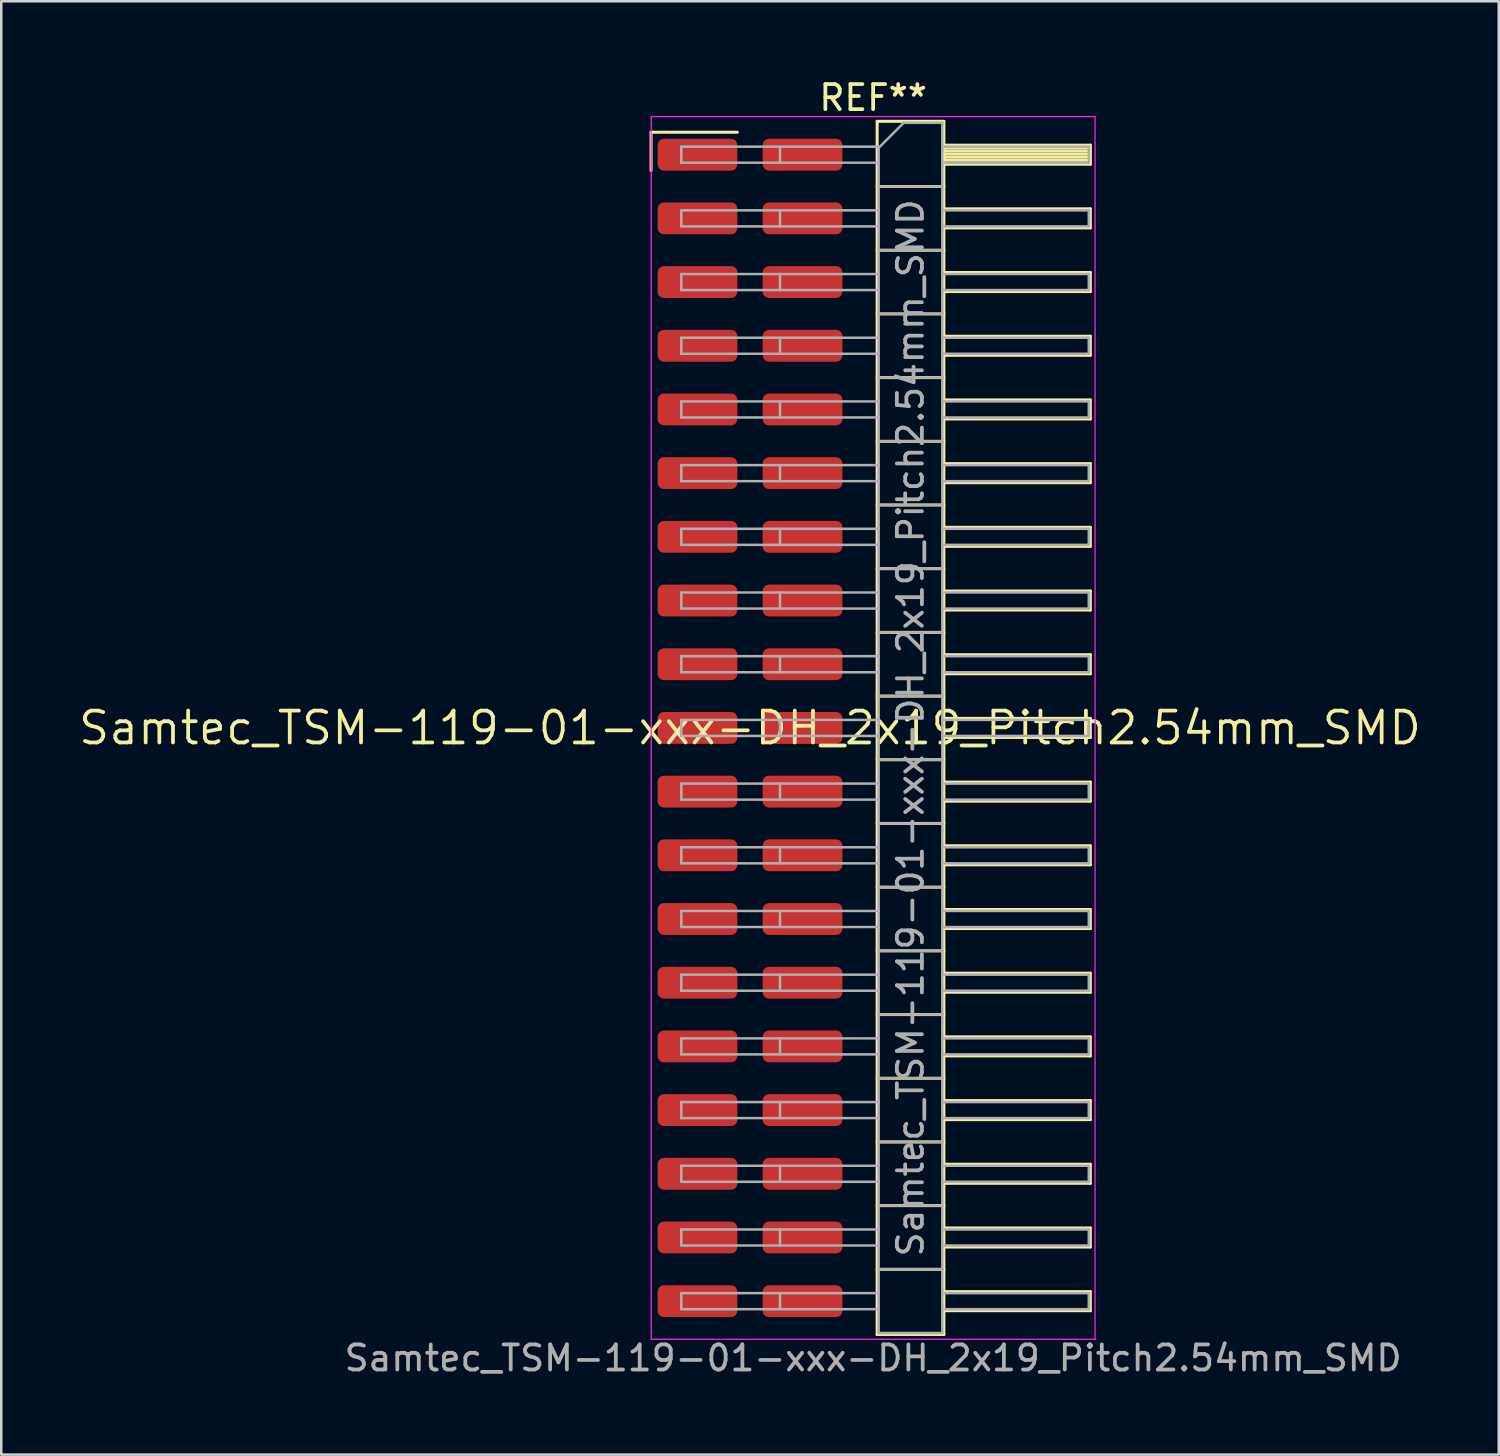
<source format=kicad_pcb>
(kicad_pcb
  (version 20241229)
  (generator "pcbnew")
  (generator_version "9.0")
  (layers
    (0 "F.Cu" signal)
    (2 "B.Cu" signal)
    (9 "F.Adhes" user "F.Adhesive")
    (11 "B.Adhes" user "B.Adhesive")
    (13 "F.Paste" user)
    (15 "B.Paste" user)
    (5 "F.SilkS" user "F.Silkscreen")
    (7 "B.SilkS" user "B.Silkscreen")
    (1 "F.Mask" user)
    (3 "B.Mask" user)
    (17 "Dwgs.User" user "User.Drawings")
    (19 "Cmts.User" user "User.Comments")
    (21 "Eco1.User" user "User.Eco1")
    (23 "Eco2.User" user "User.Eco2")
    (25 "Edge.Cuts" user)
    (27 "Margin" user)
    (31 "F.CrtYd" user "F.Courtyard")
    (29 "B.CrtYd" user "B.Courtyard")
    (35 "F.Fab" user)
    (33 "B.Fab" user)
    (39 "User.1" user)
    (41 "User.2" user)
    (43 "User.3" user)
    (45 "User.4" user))
  (footprint "Samtec_TSM-119-01-xxx-DH_2x19_Pitch2.54mm_SMD"
    (layer "F.Cu")
    (at 26.859 25.978)
    (property "Reference" "Samtec_TSM-119-01-xxx-DH_2x19_Pitch2.54mm_SMD" (at 0 0 0) (layer "F.SilkS") (effects (font (size 1.27 1.27) (thickness 0.15))))
    (attr smd)
    (fp_line (start -3.945 -23.755) (end -0.505 -23.755) (stroke (width 0.12) (type solid)) (layer "F.SilkS"))
    (fp_line (start -3.945 -22.225) (end -3.945 -23.755) (stroke (width 0.12) (type solid)) (layer "F.SilkS"))
    (fp_line (start 5.07 -24.19) (end 7.73 -24.19) (stroke (width 0.12) (type solid)) (layer "F.SilkS"))
    (fp_line (start 5.07 -21.59) (end 7.73 -21.59) (stroke (width 0.12) (type solid)) (layer "F.SilkS"))
    (fp_line (start 5.07 -19.05) (end 7.73 -19.05) (stroke (width 0.12) (type solid)) (layer "F.SilkS"))
    (fp_line (start 5.07 -16.51) (end 7.73 -16.51) (stroke (width 0.12) (type solid)) (layer "F.SilkS"))
    (fp_line (start 5.07 -13.97) (end 7.73 -13.97) (stroke (width 0.12) (type solid)) (layer "F.SilkS"))
    (fp_line (start 5.07 -11.43) (end 7.73 -11.43) (stroke (width 0.12) (type solid)) (layer "F.SilkS"))
    (fp_line (start 5.07 -8.89) (end 7.73 -8.89) (stroke (width 0.12) (type solid)) (layer "F.SilkS"))
    (fp_line (start 5.07 -6.35) (end 7.73 -6.35) (stroke (width 0.12) (type solid)) (layer "F.SilkS"))
    (fp_line (start 5.07 -3.81) (end 7.73 -3.81) (stroke (width 0.12) (type solid)) (layer "F.SilkS"))
    (fp_line (start 5.07 -1.27) (end 7.73 -1.27) (stroke (width 0.12) (type solid)) (layer "F.SilkS"))
    (fp_line (start 5.07 1.27) (end 7.73 1.27) (stroke (width 0.12) (type solid)) (layer "F.SilkS"))
    (fp_line (start 5.07 3.81) (end 7.73 3.81) (stroke (width 0.12) (type solid)) (layer "F.SilkS"))
    (fp_line (start 5.07 6.35) (end 7.73 6.35) (stroke (width 0.12) (type solid)) (layer "F.SilkS"))
    (fp_line (start 5.07 8.89) (end 7.73 8.89) (stroke (width 0.12) (type solid)) (layer "F.SilkS"))
    (fp_line (start 5.07 11.43) (end 7.73 11.43) (stroke (width 0.12) (type solid)) (layer "F.SilkS"))
    (fp_line (start 5.07 13.97) (end 7.73 13.97) (stroke (width 0.12) (type solid)) (layer "F.SilkS"))
    (fp_line (start 5.07 16.51) (end 7.73 16.51) (stroke (width 0.12) (type solid)) (layer "F.SilkS"))
    (fp_line (start 5.07 19.05) (end 7.73 19.05) (stroke (width 0.12) (type solid)) (layer "F.SilkS"))
    (fp_line (start 5.07 21.59) (end 7.73 21.59) (stroke (width 0.12) (type solid)) (layer "F.SilkS"))
    (fp_line (start 5.07 24.19) (end 5.07 -24.19) (stroke (width 0.12) (type solid)) (layer "F.SilkS"))
    (fp_line (start 7.73 -24.19) (end 7.73 24.19) (stroke (width 0.12) (type solid)) (layer "F.SilkS"))
    (fp_line (start 7.73 -23.24) (end 13.57 -23.24) (stroke (width 0.12) (type solid)) (layer "F.SilkS"))
    (fp_line (start 7.73 -23.12) (end 13.57 -23.12) (stroke (width 0.12) (type solid)) (layer "F.SilkS"))
    (fp_line (start 7.73 -23) (end 13.57 -23) (stroke (width 0.12) (type solid)) (layer "F.SilkS"))
    (fp_line (start 7.73 -22.88) (end 13.57 -22.88) (stroke (width 0.12) (type solid)) (layer "F.SilkS"))
    (fp_line (start 7.73 -22.76) (end 13.57 -22.76) (stroke (width 0.12) (type solid)) (layer "F.SilkS"))
    (fp_line (start 7.73 -22.64) (end 13.57 -22.64) (stroke (width 0.12) (type solid)) (layer "F.SilkS"))
    (fp_line (start 7.73 -22.52) (end 13.57 -22.52) (stroke (width 0.12) (type solid)) (layer "F.SilkS"))
    (fp_line (start 7.73 -22.48) (end 13.57 -22.48) (stroke (width 0.12) (type solid)) (layer "F.SilkS"))
    (fp_line (start 7.73 -20.7) (end 13.57 -20.7) (stroke (width 0.12) (type solid)) (layer "F.SilkS"))
    (fp_line (start 7.73 -19.94) (end 13.57 -19.94) (stroke (width 0.12) (type solid)) (layer "F.SilkS"))
    (fp_line (start 7.73 -18.16) (end 13.57 -18.16) (stroke (width 0.12) (type solid)) (layer "F.SilkS"))
    (fp_line (start 7.73 -17.4) (end 13.57 -17.4) (stroke (width 0.12) (type solid)) (layer "F.SilkS"))
    (fp_line (start 7.73 -15.62) (end 13.57 -15.62) (stroke (width 0.12) (type solid)) (layer "F.SilkS"))
    (fp_line (start 7.73 -14.86) (end 13.57 -14.86) (stroke (width 0.12) (type solid)) (layer "F.SilkS"))
    (fp_line (start 7.73 -13.08) (end 13.57 -13.08) (stroke (width 0.12) (type solid)) (layer "F.SilkS"))
    (fp_line (start 7.73 -12.32) (end 13.57 -12.32) (stroke (width 0.12) (type solid)) (layer "F.SilkS"))
    (fp_line (start 7.73 -10.54) (end 13.57 -10.54) (stroke (width 0.12) (type solid)) (layer "F.SilkS"))
    (fp_line (start 7.73 -9.78) (end 13.57 -9.78) (stroke (width 0.12) (type solid)) (layer "F.SilkS"))
    (fp_line (start 7.73 -8) (end 13.57 -8) (stroke (width 0.12) (type solid)) (layer "F.SilkS"))
    (fp_line (start 7.73 -7.24) (end 13.57 -7.24) (stroke (width 0.12) (type solid)) (layer "F.SilkS"))
    (fp_line (start 7.73 -5.46) (end 13.57 -5.46) (stroke (width 0.12) (type solid)) (layer "F.SilkS"))
    (fp_line (start 7.73 -4.7) (end 13.57 -4.7) (stroke (width 0.12) (type solid)) (layer "F.SilkS"))
    (fp_line (start 7.73 -2.92) (end 13.57 -2.92) (stroke (width 0.12) (type solid)) (layer "F.SilkS"))
    (fp_line (start 7.73 -2.16) (end 13.57 -2.16) (stroke (width 0.12) (type solid)) (layer "F.SilkS"))
    (fp_line (start 7.73 -0.38) (end 13.57 -0.38) (stroke (width 0.12) (type solid)) (layer "F.SilkS"))
    (fp_line (start 7.73 0.38) (end 13.57 0.38) (stroke (width 0.12) (type solid)) (layer "F.SilkS"))
    (fp_line (start 7.73 2.16) (end 13.57 2.16) (stroke (width 0.12) (type solid)) (layer "F.SilkS"))
    (fp_line (start 7.73 2.92) (end 13.57 2.92) (stroke (width 0.12) (type solid)) (layer "F.SilkS"))
    (fp_line (start 7.73 4.7) (end 13.57 4.7) (stroke (width 0.12) (type solid)) (layer "F.SilkS"))
    (fp_line (start 7.73 5.46) (end 13.57 5.46) (stroke (width 0.12) (type solid)) (layer "F.SilkS"))
    (fp_line (start 7.73 7.24) (end 13.57 7.24) (stroke (width 0.12) (type solid)) (layer "F.SilkS"))
    (fp_line (start 7.73 8) (end 13.57 8) (stroke (width 0.12) (type solid)) (layer "F.SilkS"))
    (fp_line (start 7.73 9.78) (end 13.57 9.78) (stroke (width 0.12) (type solid)) (layer "F.SilkS"))
    (fp_line (start 7.73 10.54) (end 13.57 10.54) (stroke (width 0.12) (type solid)) (layer "F.SilkS"))
    (fp_line (start 7.73 12.32) (end 13.57 12.32) (stroke (width 0.12) (type solid)) (layer "F.SilkS"))
    (fp_line (start 7.73 13.08) (end 13.57 13.08) (stroke (width 0.12) (type solid)) (layer "F.SilkS"))
    (fp_line (start 7.73 14.86) (end 13.57 14.86) (stroke (width 0.12) (type solid)) (layer "F.SilkS"))
    (fp_line (start 7.73 15.62) (end 13.57 15.62) (stroke (width 0.12) (type solid)) (layer "F.SilkS"))
    (fp_line (start 7.73 17.4) (end 13.57 17.4) (stroke (width 0.12) (type solid)) (layer "F.SilkS"))
    (fp_line (start 7.73 18.16) (end 13.57 18.16) (stroke (width 0.12) (type solid)) (layer "F.SilkS"))
    (fp_line (start 7.73 19.94) (end 13.57 19.94) (stroke (width 0.12) (type solid)) (layer "F.SilkS"))
    (fp_line (start 7.73 20.7) (end 13.57 20.7) (stroke (width 0.12) (type solid)) (layer "F.SilkS"))
    (fp_line (start 7.73 22.48) (end 13.57 22.48) (stroke (width 0.12) (type solid)) (layer "F.SilkS"))
    (fp_line (start 7.73 23.24) (end 13.57 23.24) (stroke (width 0.12) (type solid)) (layer "F.SilkS"))
    (fp_line (start 7.73 24.19) (end 5.07 24.19) (stroke (width 0.12) (type solid)) (layer "F.SilkS"))
    (fp_line (start 13.57 -23.24) (end 13.57 -22.48) (stroke (width 0.12) (type solid)) (layer "F.SilkS"))
    (fp_line (start 13.57 -20.7) (end 13.57 -19.94) (stroke (width 0.12) (type solid)) (layer "F.SilkS"))
    (fp_line (start 13.57 -18.16) (end 13.57 -17.4) (stroke (width 0.12) (type solid)) (layer "F.SilkS"))
    (fp_line (start 13.57 -15.62) (end 13.57 -14.86) (stroke (width 0.12) (type solid)) (layer "F.SilkS"))
    (fp_line (start 13.57 -13.08) (end 13.57 -12.32) (stroke (width 0.12) (type solid)) (layer "F.SilkS"))
    (fp_line (start 13.57 -10.54) (end 13.57 -9.78) (stroke (width 0.12) (type solid)) (layer "F.SilkS"))
    (fp_line (start 13.57 -8) (end 13.57 -7.24) (stroke (width 0.12) (type solid)) (layer "F.SilkS"))
    (fp_line (start 13.57 -5.46) (end 13.57 -4.7) (stroke (width 0.12) (type solid)) (layer "F.SilkS"))
    (fp_line (start 13.57 -2.92) (end 13.57 -2.16) (stroke (width 0.12) (type solid)) (layer "F.SilkS"))
    (fp_line (start 13.57 -0.38) (end 13.57 0.38) (stroke (width 0.12) (type solid)) (layer "F.SilkS"))
    (fp_line (start 13.57 2.16) (end 13.57 2.92) (stroke (width 0.12) (type solid)) (layer "F.SilkS"))
    (fp_line (start 13.57 4.7) (end 13.57 5.46) (stroke (width 0.12) (type solid)) (layer "F.SilkS"))
    (fp_line (start 13.57 7.24) (end 13.57 8) (stroke (width 0.12) (type solid)) (layer "F.SilkS"))
    (fp_line (start 13.57 9.78) (end 13.57 10.54) (stroke (width 0.12) (type solid)) (layer "F.SilkS"))
    (fp_line (start 13.57 12.32) (end 13.57 13.08) (stroke (width 0.12) (type solid)) (layer "F.SilkS"))
    (fp_line (start 13.57 14.86) (end 13.57 15.62) (stroke (width 0.12) (type solid)) (layer "F.SilkS"))
    (fp_line (start 13.57 17.4) (end 13.57 18.16) (stroke (width 0.12) (type solid)) (layer "F.SilkS"))
    (fp_line (start 13.57 19.94) (end 13.57 20.7) (stroke (width 0.12) (type solid)) (layer "F.SilkS"))
    (fp_line (start 13.57 22.48) (end 13.57 23.24) (stroke (width 0.12) (type solid)) (layer "F.SilkS"))
    (fp_line (start -3.94 -24.38) (end 13.76 -24.38) (stroke (width 0.05) (type solid)) (layer "F.CrtYd"))
    (fp_line (start -3.94 24.38) (end -3.94 -24.38) (stroke (width 0.05) (type solid)) (layer "F.CrtYd"))
    (fp_line (start 13.76 -24.38) (end 13.76 24.38) (stroke (width 0.05) (type solid)) (layer "F.CrtYd"))
    (fp_line (start 13.76 24.38) (end -3.94 24.38) (stroke (width 0.05) (type solid)) (layer "F.CrtYd"))
    (fp_line (start -2.74 -23.18) (end -2.74 -22.54) (stroke (width 0.1) (type solid)) (layer "F.Fab"))
    (fp_line (start -2.74 -23.18) (end 5.13 -23.18) (stroke (width 0.1) (type solid)) (layer "F.Fab"))
    (fp_line (start -2.74 -22.54) (end 5.13 -22.54) (stroke (width 0.1) (type solid)) (layer "F.Fab"))
    (fp_line (start -2.74 -20.64) (end -2.74 -20) (stroke (width 0.1) (type solid)) (layer "F.Fab"))
    (fp_line (start -2.74 -20.64) (end 5.13 -20.64) (stroke (width 0.1) (type solid)) (layer "F.Fab"))
    (fp_line (start -2.74 -20) (end 5.13 -20) (stroke (width 0.1) (type solid)) (layer "F.Fab"))
    (fp_line (start -2.74 -18.1) (end -2.74 -17.46) (stroke (width 0.1) (type solid)) (layer "F.Fab"))
    (fp_line (start -2.74 -18.1) (end 5.13 -18.1) (stroke (width 0.1) (type solid)) (layer "F.Fab"))
    (fp_line (start -2.74 -17.46) (end 5.13 -17.46) (stroke (width 0.1) (type solid)) (layer "F.Fab"))
    (fp_line (start -2.74 -15.56) (end -2.74 -14.92) (stroke (width 0.1) (type solid)) (layer "F.Fab"))
    (fp_line (start -2.74 -15.56) (end 5.13 -15.56) (stroke (width 0.1) (type solid)) (layer "F.Fab"))
    (fp_line (start -2.74 -14.92) (end 5.13 -14.92) (stroke (width 0.1) (type solid)) (layer "F.Fab"))
    (fp_line (start -2.74 -13.02) (end -2.74 -12.38) (stroke (width 0.1) (type solid)) (layer "F.Fab"))
    (fp_line (start -2.74 -13.02) (end 5.13 -13.02) (stroke (width 0.1) (type solid)) (layer "F.Fab"))
    (fp_line (start -2.74 -12.38) (end 5.13 -12.38) (stroke (width 0.1) (type solid)) (layer "F.Fab"))
    (fp_line (start -2.74 -10.48) (end -2.74 -9.84) (stroke (width 0.1) (type solid)) (layer "F.Fab"))
    (fp_line (start -2.74 -10.48) (end 5.13 -10.48) (stroke (width 0.1) (type solid)) (layer "F.Fab"))
    (fp_line (start -2.74 -9.84) (end 5.13 -9.84) (stroke (width 0.1) (type solid)) (layer "F.Fab"))
    (fp_line (start -2.74 -7.94) (end -2.74 -7.3) (stroke (width 0.1) (type solid)) (layer "F.Fab"))
    (fp_line (start -2.74 -7.94) (end 5.13 -7.94) (stroke (width 0.1) (type solid)) (layer "F.Fab"))
    (fp_line (start -2.74 -7.3) (end 5.13 -7.3) (stroke (width 0.1) (type solid)) (layer "F.Fab"))
    (fp_line (start -2.74 -5.4) (end -2.74 -4.76) (stroke (width 0.1) (type solid)) (layer "F.Fab"))
    (fp_line (start -2.74 -5.4) (end 5.13 -5.4) (stroke (width 0.1) (type solid)) (layer "F.Fab"))
    (fp_line (start -2.74 -4.76) (end 5.13 -4.76) (stroke (width 0.1) (type solid)) (layer "F.Fab"))
    (fp_line (start -2.74 -2.86) (end -2.74 -2.22) (stroke (width 0.1) (type solid)) (layer "F.Fab"))
    (fp_line (start -2.74 -2.86) (end 5.13 -2.86) (stroke (width 0.1) (type solid)) (layer "F.Fab"))
    (fp_line (start -2.74 -2.22) (end 5.13 -2.22) (stroke (width 0.1) (type solid)) (layer "F.Fab"))
    (fp_line (start -2.74 -0.32) (end -2.74 0.32) (stroke (width 0.1) (type solid)) (layer "F.Fab"))
    (fp_line (start -2.74 -0.32) (end 5.13 -0.32) (stroke (width 0.1) (type solid)) (layer "F.Fab"))
    (fp_line (start -2.74 0.32) (end 5.13 0.32) (stroke (width 0.1) (type solid)) (layer "F.Fab"))
    (fp_line (start -2.74 2.22) (end -2.74 2.86) (stroke (width 0.1) (type solid)) (layer "F.Fab"))
    (fp_line (start -2.74 2.22) (end 5.13 2.22) (stroke (width 0.1) (type solid)) (layer "F.Fab"))
    (fp_line (start -2.74 2.86) (end 5.13 2.86) (stroke (width 0.1) (type solid)) (layer "F.Fab"))
    (fp_line (start -2.74 4.76) (end -2.74 5.4) (stroke (width 0.1) (type solid)) (layer "F.Fab"))
    (fp_line (start -2.74 4.76) (end 5.13 4.76) (stroke (width 0.1) (type solid)) (layer "F.Fab"))
    (fp_line (start -2.74 5.4) (end 5.13 5.4) (stroke (width 0.1) (type solid)) (layer "F.Fab"))
    (fp_line (start -2.74 7.3) (end -2.74 7.94) (stroke (width 0.1) (type solid)) (layer "F.Fab"))
    (fp_line (start -2.74 7.3) (end 5.13 7.3) (stroke (width 0.1) (type solid)) (layer "F.Fab"))
    (fp_line (start -2.74 7.94) (end 5.13 7.94) (stroke (width 0.1) (type solid)) (layer "F.Fab"))
    (fp_line (start -2.74 9.84) (end -2.74 10.48) (stroke (width 0.1) (type solid)) (layer "F.Fab"))
    (fp_line (start -2.74 9.84) (end 5.13 9.84) (stroke (width 0.1) (type solid)) (layer "F.Fab"))
    (fp_line (start -2.74 10.48) (end 5.13 10.48) (stroke (width 0.1) (type solid)) (layer "F.Fab"))
    (fp_line (start -2.74 12.38) (end -2.74 13.02) (stroke (width 0.1) (type solid)) (layer "F.Fab"))
    (fp_line (start -2.74 12.38) (end 5.13 12.38) (stroke (width 0.1) (type solid)) (layer "F.Fab"))
    (fp_line (start -2.74 13.02) (end 5.13 13.02) (stroke (width 0.1) (type solid)) (layer "F.Fab"))
    (fp_line (start -2.74 14.92) (end -2.74 15.56) (stroke (width 0.1) (type solid)) (layer "F.Fab"))
    (fp_line (start -2.74 14.92) (end 5.13 14.92) (stroke (width 0.1) (type solid)) (layer "F.Fab"))
    (fp_line (start -2.74 15.56) (end 5.13 15.56) (stroke (width 0.1) (type solid)) (layer "F.Fab"))
    (fp_line (start -2.74 17.46) (end -2.74 18.1) (stroke (width 0.1) (type solid)) (layer "F.Fab"))
    (fp_line (start -2.74 17.46) (end 5.13 17.46) (stroke (width 0.1) (type solid)) (layer "F.Fab"))
    (fp_line (start -2.74 18.1) (end 5.13 18.1) (stroke (width 0.1) (type solid)) (layer "F.Fab"))
    (fp_line (start -2.74 20) (end -2.74 20.64) (stroke (width 0.1) (type solid)) (layer "F.Fab"))
    (fp_line (start -2.74 20) (end 5.13 20) (stroke (width 0.1) (type solid)) (layer "F.Fab"))
    (fp_line (start -2.74 20.64) (end 5.13 20.64) (stroke (width 0.1) (type solid)) (layer "F.Fab"))
    (fp_line (start -2.74 22.54) (end -2.74 23.18) (stroke (width 0.1) (type solid)) (layer "F.Fab"))
    (fp_line (start -2.74 22.54) (end 5.13 22.54) (stroke (width 0.1) (type solid)) (layer "F.Fab"))
    (fp_line (start -2.74 23.18) (end 5.13 23.18) (stroke (width 0.1) (type solid)) (layer "F.Fab"))
    (fp_line (start 1.195 -23.18) (end 1.195 -22.54) (stroke (width 0.1) (type solid)) (layer "F.Fab"))
    (fp_line (start 1.195 -20.64) (end 1.195 -20) (stroke (width 0.1) (type solid)) (layer "F.Fab"))
    (fp_line (start 1.195 -18.1) (end 1.195 -17.46) (stroke (width 0.1) (type solid)) (layer "F.Fab"))
    (fp_line (start 1.195 -15.56) (end 1.195 -14.92) (stroke (width 0.1) (type solid)) (layer "F.Fab"))
    (fp_line (start 1.195 -13.02) (end 1.195 -12.38) (stroke (width 0.1) (type solid)) (layer "F.Fab"))
    (fp_line (start 1.195 -10.48) (end 1.195 -9.84) (stroke (width 0.1) (type solid)) (layer "F.Fab"))
    (fp_line (start 1.195 -7.94) (end 1.195 -7.3) (stroke (width 0.1) (type solid)) (layer "F.Fab"))
    (fp_line (start 1.195 -5.4) (end 1.195 -4.76) (stroke (width 0.1) (type solid)) (layer "F.Fab"))
    (fp_line (start 1.195 -2.86) (end 1.195 -2.22) (stroke (width 0.1) (type solid)) (layer "F.Fab"))
    (fp_line (start 1.195 -0.32) (end 1.195 0.32) (stroke (width 0.1) (type solid)) (layer "F.Fab"))
    (fp_line (start 1.195 2.22) (end 1.195 2.86) (stroke (width 0.1) (type solid)) (layer "F.Fab"))
    (fp_line (start 1.195 4.76) (end 1.195 5.4) (stroke (width 0.1) (type solid)) (layer "F.Fab"))
    (fp_line (start 1.195 7.3) (end 1.195 7.94) (stroke (width 0.1) (type solid)) (layer "F.Fab"))
    (fp_line (start 1.195 9.84) (end 1.195 10.48) (stroke (width 0.1) (type solid)) (layer "F.Fab"))
    (fp_line (start 1.195 12.38) (end 1.195 13.02) (stroke (width 0.1) (type solid)) (layer "F.Fab"))
    (fp_line (start 1.195 14.92) (end 1.195 15.56) (stroke (width 0.1) (type solid)) (layer "F.Fab"))
    (fp_line (start 1.195 17.46) (end 1.195 18.1) (stroke (width 0.1) (type solid)) (layer "F.Fab"))
    (fp_line (start 1.195 20) (end 1.195 20.64) (stroke (width 0.1) (type solid)) (layer "F.Fab"))
    (fp_line (start 1.195 22.54) (end 1.195 23.18) (stroke (width 0.1) (type solid)) (layer "F.Fab"))
    (fp_line (start 5.13 -23.13) (end 6.13 -24.13) (stroke (width 0.1) (type solid)) (layer "F.Fab"))
    (fp_line (start 5.13 -21.59) (end 7.67 -21.59) (stroke (width 0.1) (type solid)) (layer "F.Fab"))
    (fp_line (start 5.13 -19.05) (end 7.67 -19.05) (stroke (width 0.1) (type solid)) (layer "F.Fab"))
    (fp_line (start 5.13 -16.51) (end 7.67 -16.51) (stroke (width 0.1) (type solid)) (layer "F.Fab"))
    (fp_line (start 5.13 -13.97) (end 7.67 -13.97) (stroke (width 0.1) (type solid)) (layer "F.Fab"))
    (fp_line (start 5.13 -11.43) (end 7.67 -11.43) (stroke (width 0.1) (type solid)) (layer "F.Fab"))
    (fp_line (start 5.13 -8.89) (end 7.67 -8.89) (stroke (width 0.1) (type solid)) (layer "F.Fab"))
    (fp_line (start 5.13 -6.35) (end 7.67 -6.35) (stroke (width 0.1) (type solid)) (layer "F.Fab"))
    (fp_line (start 5.13 -3.81) (end 7.67 -3.81) (stroke (width 0.1) (type solid)) (layer "F.Fab"))
    (fp_line (start 5.13 -1.27) (end 7.67 -1.27) (stroke (width 0.1) (type solid)) (layer "F.Fab"))
    (fp_line (start 5.13 1.27) (end 7.67 1.27) (stroke (width 0.1) (type solid)) (layer "F.Fab"))
    (fp_line (start 5.13 3.81) (end 7.67 3.81) (stroke (width 0.1) (type solid)) (layer "F.Fab"))
    (fp_line (start 5.13 6.35) (end 7.67 6.35) (stroke (width 0.1) (type solid)) (layer "F.Fab"))
    (fp_line (start 5.13 8.89) (end 7.67 8.89) (stroke (width 0.1) (type solid)) (layer "F.Fab"))
    (fp_line (start 5.13 11.43) (end 7.67 11.43) (stroke (width 0.1) (type solid)) (layer "F.Fab"))
    (fp_line (start 5.13 13.97) (end 7.67 13.97) (stroke (width 0.1) (type solid)) (layer "F.Fab"))
    (fp_line (start 5.13 16.51) (end 7.67 16.51) (stroke (width 0.1) (type solid)) (layer "F.Fab"))
    (fp_line (start 5.13 19.05) (end 7.67 19.05) (stroke (width 0.1) (type solid)) (layer "F.Fab"))
    (fp_line (start 5.13 21.59) (end 7.67 21.59) (stroke (width 0.1) (type solid)) (layer "F.Fab"))
    (fp_line (start 5.13 24.13) (end 5.13 -23.13) (stroke (width 0.1) (type solid)) (layer "F.Fab"))
    (fp_line (start 6.13 -24.13) (end 7.67 -24.13) (stroke (width 0.1) (type solid)) (layer "F.Fab"))
    (fp_line (start 7.67 -24.13) (end 7.67 24.13) (stroke (width 0.1) (type solid)) (layer "F.Fab"))
    (fp_line (start 7.67 -23.18) (end 13.51 -23.18) (stroke (width 0.1) (type solid)) (layer "F.Fab"))
    (fp_line (start 7.67 -22.54) (end 13.51 -22.54) (stroke (width 0.1) (type solid)) (layer "F.Fab"))
    (fp_line (start 7.67 -20.64) (end 13.51 -20.64) (stroke (width 0.1) (type solid)) (layer "F.Fab"))
    (fp_line (start 7.67 -20) (end 13.51 -20) (stroke (width 0.1) (type solid)) (layer "F.Fab"))
    (fp_line (start 7.67 -18.1) (end 13.51 -18.1) (stroke (width 0.1) (type solid)) (layer "F.Fab"))
    (fp_line (start 7.67 -17.46) (end 13.51 -17.46) (stroke (width 0.1) (type solid)) (layer "F.Fab"))
    (fp_line (start 7.67 -15.56) (end 13.51 -15.56) (stroke (width 0.1) (type solid)) (layer "F.Fab"))
    (fp_line (start 7.67 -14.92) (end 13.51 -14.92) (stroke (width 0.1) (type solid)) (layer "F.Fab"))
    (fp_line (start 7.67 -13.02) (end 13.51 -13.02) (stroke (width 0.1) (type solid)) (layer "F.Fab"))
    (fp_line (start 7.67 -12.38) (end 13.51 -12.38) (stroke (width 0.1) (type solid)) (layer "F.Fab"))
    (fp_line (start 7.67 -10.48) (end 13.51 -10.48) (stroke (width 0.1) (type solid)) (layer "F.Fab"))
    (fp_line (start 7.67 -9.84) (end 13.51 -9.84) (stroke (width 0.1) (type solid)) (layer "F.Fab"))
    (fp_line (start 7.67 -7.94) (end 13.51 -7.94) (stroke (width 0.1) (type solid)) (layer "F.Fab"))
    (fp_line (start 7.67 -7.3) (end 13.51 -7.3) (stroke (width 0.1) (type solid)) (layer "F.Fab"))
    (fp_line (start 7.67 -5.4) (end 13.51 -5.4) (stroke (width 0.1) (type solid)) (layer "F.Fab"))
    (fp_line (start 7.67 -4.76) (end 13.51 -4.76) (stroke (width 0.1) (type solid)) (layer "F.Fab"))
    (fp_line (start 7.67 -2.86) (end 13.51 -2.86) (stroke (width 0.1) (type solid)) (layer "F.Fab"))
    (fp_line (start 7.67 -2.22) (end 13.51 -2.22) (stroke (width 0.1) (type solid)) (layer "F.Fab"))
    (fp_line (start 7.67 -0.32) (end 13.51 -0.32) (stroke (width 0.1) (type solid)) (layer "F.Fab"))
    (fp_line (start 7.67 0.32) (end 13.51 0.32) (stroke (width 0.1) (type solid)) (layer "F.Fab"))
    (fp_line (start 7.67 2.22) (end 13.51 2.22) (stroke (width 0.1) (type solid)) (layer "F.Fab"))
    (fp_line (start 7.67 2.86) (end 13.51 2.86) (stroke (width 0.1) (type solid)) (layer "F.Fab"))
    (fp_line (start 7.67 4.76) (end 13.51 4.76) (stroke (width 0.1) (type solid)) (layer "F.Fab"))
    (fp_line (start 7.67 5.4) (end 13.51 5.4) (stroke (width 0.1) (type solid)) (layer "F.Fab"))
    (fp_line (start 7.67 7.3) (end 13.51 7.3) (stroke (width 0.1) (type solid)) (layer "F.Fab"))
    (fp_line (start 7.67 7.94) (end 13.51 7.94) (stroke (width 0.1) (type solid)) (layer "F.Fab"))
    (fp_line (start 7.67 9.84) (end 13.51 9.84) (stroke (width 0.1) (type solid)) (layer "F.Fab"))
    (fp_line (start 7.67 10.48) (end 13.51 10.48) (stroke (width 0.1) (type solid)) (layer "F.Fab"))
    (fp_line (start 7.67 12.38) (end 13.51 12.38) (stroke (width 0.1) (type solid)) (layer "F.Fab"))
    (fp_line (start 7.67 13.02) (end 13.51 13.02) (stroke (width 0.1) (type solid)) (layer "F.Fab"))
    (fp_line (start 7.67 14.92) (end 13.51 14.92) (stroke (width 0.1) (type solid)) (layer "F.Fab"))
    (fp_line (start 7.67 15.56) (end 13.51 15.56) (stroke (width 0.1) (type solid)) (layer "F.Fab"))
    (fp_line (start 7.67 17.46) (end 13.51 17.46) (stroke (width 0.1) (type solid)) (layer "F.Fab"))
    (fp_line (start 7.67 18.1) (end 13.51 18.1) (stroke (width 0.1) (type solid)) (layer "F.Fab"))
    (fp_line (start 7.67 20) (end 13.51 20) (stroke (width 0.1) (type solid)) (layer "F.Fab"))
    (fp_line (start 7.67 20.64) (end 13.51 20.64) (stroke (width 0.1) (type solid)) (layer "F.Fab"))
    (fp_line (start 7.67 22.54) (end 13.51 22.54) (stroke (width 0.1) (type solid)) (layer "F.Fab"))
    (fp_line (start 7.67 23.18) (end 13.51 23.18) (stroke (width 0.1) (type solid)) (layer "F.Fab"))
    (fp_line (start 7.67 24.13) (end 5.13 24.13) (stroke (width 0.1) (type solid)) (layer "F.Fab"))
    (fp_line (start 13.51 -23.18) (end 13.51 -22.54) (stroke (width 0.1) (type solid)) (layer "F.Fab"))
    (fp_line (start 13.51 -20.64) (end 13.51 -20) (stroke (width 0.1) (type solid)) (layer "F.Fab"))
    (fp_line (start 13.51 -18.1) (end 13.51 -17.46) (stroke (width 0.1) (type solid)) (layer "F.Fab"))
    (fp_line (start 13.51 -15.56) (end 13.51 -14.92) (stroke (width 0.1) (type solid)) (layer "F.Fab"))
    (fp_line (start 13.51 -13.02) (end 13.51 -12.38) (stroke (width 0.1) (type solid)) (layer "F.Fab"))
    (fp_line (start 13.51 -10.48) (end 13.51 -9.84) (stroke (width 0.1) (type solid)) (layer "F.Fab"))
    (fp_line (start 13.51 -7.94) (end 13.51 -7.3) (stroke (width 0.1) (type solid)) (layer "F.Fab"))
    (fp_line (start 13.51 -5.4) (end 13.51 -4.76) (stroke (width 0.1) (type solid)) (layer "F.Fab"))
    (fp_line (start 13.51 -2.86) (end 13.51 -2.22) (stroke (width 0.1) (type solid)) (layer "F.Fab"))
    (fp_line (start 13.51 -0.32) (end 13.51 0.32) (stroke (width 0.1) (type solid)) (layer "F.Fab"))
    (fp_line (start 13.51 2.22) (end 13.51 2.86) (stroke (width 0.1) (type solid)) (layer "F.Fab"))
    (fp_line (start 13.51 4.76) (end 13.51 5.4) (stroke (width 0.1) (type solid)) (layer "F.Fab"))
    (fp_line (start 13.51 7.3) (end 13.51 7.94) (stroke (width 0.1) (type solid)) (layer "F.Fab"))
    (fp_line (start 13.51 9.84) (end 13.51 10.48) (stroke (width 0.1) (type solid)) (layer "F.Fab"))
    (fp_line (start 13.51 12.38) (end 13.51 13.02) (stroke (width 0.1) (type solid)) (layer "F.Fab"))
    (fp_line (start 13.51 14.92) (end 13.51 15.56) (stroke (width 0.1) (type solid)) (layer "F.Fab"))
    (fp_line (start 13.51 17.46) (end 13.51 18.1) (stroke (width 0.1) (type solid)) (layer "F.Fab"))
    (fp_line (start 13.51 20) (end 13.51 20.64) (stroke (width 0.1) (type solid)) (layer "F.Fab"))
    (fp_line (start 13.51 22.54) (end 13.51 23.18) (stroke (width 0.1) (type solid)) (layer "F.Fab"))
    (fp_text user "REF**" (at 4.91 -25.13 0) (layer "F.SilkS") (effects (font (size 1 1) (thickness 0.15))))
    (fp_text user "${REFERENCE}" (at 6.4 0 90) (layer "F.Fab") (effects (font (size 1 1) (thickness 0.15))))
    (fp_text user "Samtec_TSM-119-01-xxx-DH_2x19_Pitch2.54mm_SMD" (at 4.91 25.13 0) (layer "F.Fab") (effects (font (size 1 1) (thickness 0.15))))
    (pad "1" smd roundrect (at -2.095 -22.86) (size 3.18 1.27) (layers "F.Cu" "F.Mask" "F.Paste") (roundrect_rratio 0.197))
    (pad "2" smd roundrect (at 2.095 -22.86) (size 3.18 1.27) (layers "F.Cu" "F.Mask" "F.Paste") (roundrect_rratio 0.197))
    (pad "3" smd roundrect (at -2.095 -20.32) (size 3.18 1.27) (layers "F.Cu" "F.Mask" "F.Paste") (roundrect_rratio 0.197))
    (pad "4" smd roundrect (at 2.095 -20.32) (size 3.18 1.27) (layers "F.Cu" "F.Mask" "F.Paste") (roundrect_rratio 0.197))
    (pad "5" smd roundrect (at -2.095 -17.78) (size 3.18 1.27) (layers "F.Cu" "F.Mask" "F.Paste") (roundrect_rratio 0.197))
    (pad "6" smd roundrect (at 2.095 -17.78) (size 3.18 1.27) (layers "F.Cu" "F.Mask" "F.Paste") (roundrect_rratio 0.197))
    (pad "7" smd roundrect (at -2.095 -15.24) (size 3.18 1.27) (layers "F.Cu" "F.Mask" "F.Paste") (roundrect_rratio 0.197))
    (pad "8" smd roundrect (at 2.095 -15.24) (size 3.18 1.27) (layers "F.Cu" "F.Mask" "F.Paste") (roundrect_rratio 0.197))
    (pad "9" smd roundrect (at -2.095 -12.7) (size 3.18 1.27) (layers "F.Cu" "F.Mask" "F.Paste") (roundrect_rratio 0.197))
    (pad "10" smd roundrect (at 2.095 -12.7) (size 3.18 1.27) (layers "F.Cu" "F.Mask" "F.Paste") (roundrect_rratio 0.197))
    (pad "11" smd roundrect (at -2.095 -10.16) (size 3.18 1.27) (layers "F.Cu" "F.Mask" "F.Paste") (roundrect_rratio 0.197))
    (pad "12" smd roundrect (at 2.095 -10.16) (size 3.18 1.27) (layers "F.Cu" "F.Mask" "F.Paste") (roundrect_rratio 0.197))
    (pad "13" smd roundrect (at -2.095 -7.62) (size 3.18 1.27) (layers "F.Cu" "F.Mask" "F.Paste") (roundrect_rratio 0.197))
    (pad "14" smd roundrect (at 2.095 -7.62) (size 3.18 1.27) (layers "F.Cu" "F.Mask" "F.Paste") (roundrect_rratio 0.197))
    (pad "15" smd roundrect (at -2.095 -5.08) (size 3.18 1.27) (layers "F.Cu" "F.Mask" "F.Paste") (roundrect_rratio 0.197))
    (pad "16" smd roundrect (at 2.095 -5.08) (size 3.18 1.27) (layers "F.Cu" "F.Mask" "F.Paste") (roundrect_rratio 0.197))
    (pad "17" smd roundrect (at -2.095 -2.54) (size 3.18 1.27) (layers "F.Cu" "F.Mask" "F.Paste") (roundrect_rratio 0.197))
    (pad "18" smd roundrect (at 2.095 -2.54) (size 3.18 1.27) (layers "F.Cu" "F.Mask" "F.Paste") (roundrect_rratio 0.197))
    (pad "19" smd roundrect (at -2.095 0) (size 3.18 1.27) (layers "F.Cu" "F.Mask" "F.Paste") (roundrect_rratio 0.197))
    (pad "20" smd roundrect (at 2.095 0) (size 3.18 1.27) (layers "F.Cu" "F.Mask" "F.Paste") (roundrect_rratio 0.197))
    (pad "21" smd roundrect (at -2.095 2.54) (size 3.18 1.27) (layers "F.Cu" "F.Mask" "F.Paste") (roundrect_rratio 0.197))
    (pad "22" smd roundrect (at 2.095 2.54) (size 3.18 1.27) (layers "F.Cu" "F.Mask" "F.Paste") (roundrect_rratio 0.197))
    (pad "23" smd roundrect (at -2.095 5.08) (size 3.18 1.27) (layers "F.Cu" "F.Mask" "F.Paste") (roundrect_rratio 0.197))
    (pad "24" smd roundrect (at 2.095 5.08) (size 3.18 1.27) (layers "F.Cu" "F.Mask" "F.Paste") (roundrect_rratio 0.197))
    (pad "25" smd roundrect (at -2.095 7.62) (size 3.18 1.27) (layers "F.Cu" "F.Mask" "F.Paste") (roundrect_rratio 0.197))
    (pad "26" smd roundrect (at 2.095 7.62) (size 3.18 1.27) (layers "F.Cu" "F.Mask" "F.Paste") (roundrect_rratio 0.197))
    (pad "27" smd roundrect (at -2.095 10.16) (size 3.18 1.27) (layers "F.Cu" "F.Mask" "F.Paste") (roundrect_rratio 0.197))
    (pad "28" smd roundrect (at 2.095 10.16) (size 3.18 1.27) (layers "F.Cu" "F.Mask" "F.Paste") (roundrect_rratio 0.197))
    (pad "29" smd roundrect (at -2.095 12.7) (size 3.18 1.27) (layers "F.Cu" "F.Mask" "F.Paste") (roundrect_rratio 0.197))
    (pad "30" smd roundrect (at 2.095 12.7) (size 3.18 1.27) (layers "F.Cu" "F.Mask" "F.Paste") (roundrect_rratio 0.197))
    (pad "31" smd roundrect (at -2.095 15.24) (size 3.18 1.27) (layers "F.Cu" "F.Mask" "F.Paste") (roundrect_rratio 0.197))
    (pad "32" smd roundrect (at 2.095 15.24) (size 3.18 1.27) (layers "F.Cu" "F.Mask" "F.Paste") (roundrect_rratio 0.197))
    (pad "33" smd roundrect (at -2.095 17.78) (size 3.18 1.27) (layers "F.Cu" "F.Mask" "F.Paste") (roundrect_rratio 0.197))
    (pad "34" smd roundrect (at 2.095 17.78) (size 3.18 1.27) (layers "F.Cu" "F.Mask" "F.Paste") (roundrect_rratio 0.197))
    (pad "35" smd roundrect (at -2.095 20.32) (size 3.18 1.27) (layers "F.Cu" "F.Mask" "F.Paste") (roundrect_rratio 0.197))
    (pad "36" smd roundrect (at 2.095 20.32) (size 3.18 1.27) (layers "F.Cu" "F.Mask" "F.Paste") (roundrect_rratio 0.197))
    (pad "37" smd roundrect (at -2.095 22.86) (size 3.18 1.27) (layers "F.Cu" "F.Mask" "F.Paste") (roundrect_rratio 0.197))
    (pad "38" smd roundrect (at 2.095 22.86) (size 3.18 1.27) (layers "F.Cu" "F.Mask" "F.Paste") (roundrect_rratio 0.197)))
  (gr_rect
    (start -3 -3)
    (end 56.717 54.956)
    (stroke (width 0.1) (type default))
    (fill no)
    (layer "Edge.Cuts")))
</source>
